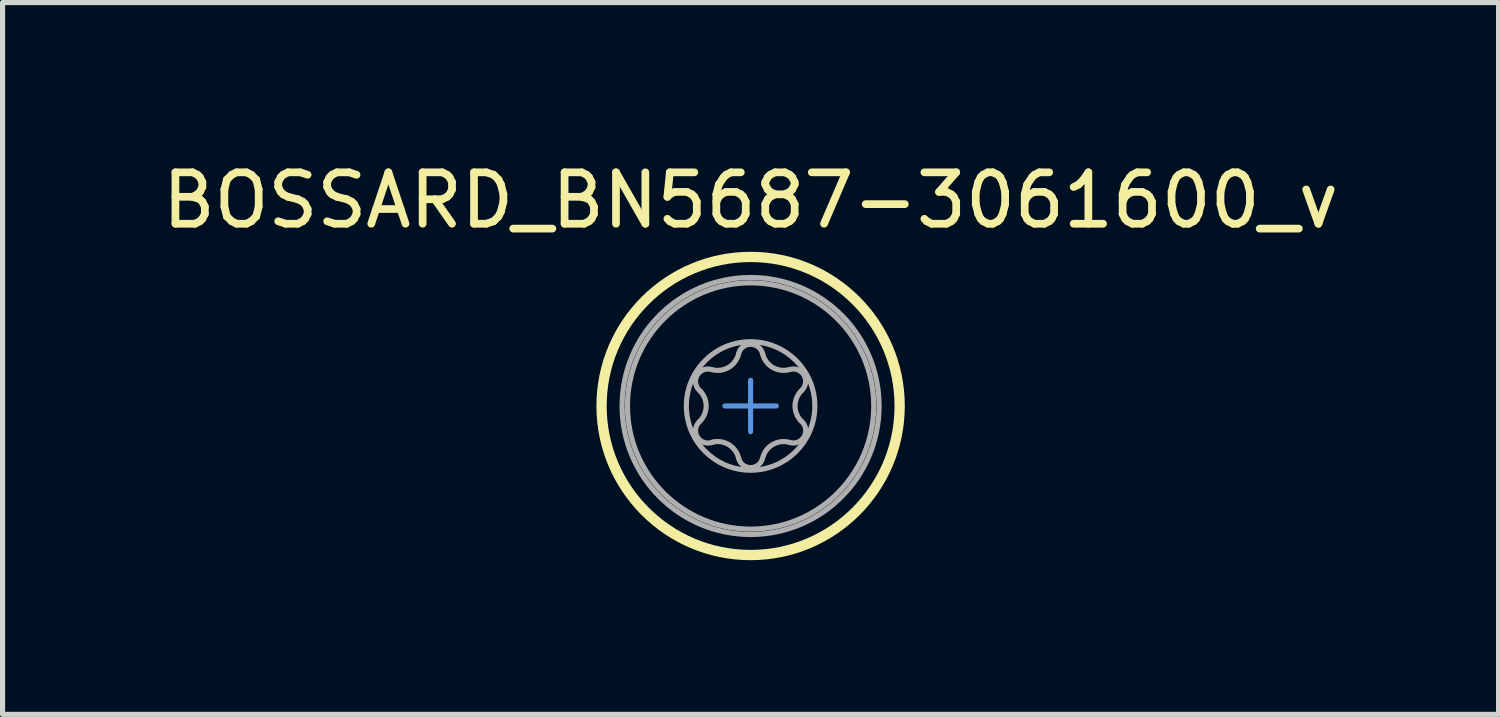
<source format=kicad_pcb>
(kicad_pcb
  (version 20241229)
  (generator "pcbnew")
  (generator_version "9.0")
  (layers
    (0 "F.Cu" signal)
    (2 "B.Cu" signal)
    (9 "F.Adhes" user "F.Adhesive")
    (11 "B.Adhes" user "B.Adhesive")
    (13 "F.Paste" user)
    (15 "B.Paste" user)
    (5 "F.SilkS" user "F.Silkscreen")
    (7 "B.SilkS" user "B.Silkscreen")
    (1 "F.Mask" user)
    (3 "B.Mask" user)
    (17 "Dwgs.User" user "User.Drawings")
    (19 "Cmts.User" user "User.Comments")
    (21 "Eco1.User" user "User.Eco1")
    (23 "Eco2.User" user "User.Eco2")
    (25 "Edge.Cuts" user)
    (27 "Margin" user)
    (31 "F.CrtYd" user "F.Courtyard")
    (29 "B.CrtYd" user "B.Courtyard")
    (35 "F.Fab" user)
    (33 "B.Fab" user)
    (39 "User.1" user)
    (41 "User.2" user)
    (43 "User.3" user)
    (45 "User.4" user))
  (footprint "BOSSARD_BN5687-3061600_v"
    (layer "F.Cu")
    (at 11.554 4.849)
    (property "Reference" "BOSSARD_BN5687-3061600_v" (at 0 -4.001 180) (layer "F.SilkS") (effects (font (size 1 1) (thickness 0.15))))
    (attr through_hole)
    (fp_circle (center 0 0) (end 2.9 0) (stroke (width 0.2) (type solid)) (fill no) (layer "F.SilkS"))
    (fp_line (start -0.5 0) (end 0 0) (stroke (width 0.1) (type solid)) (layer "Cmts.User"))
    (fp_line (start 0 0) (end 0 -0.5) (stroke (width 0.1) (type solid)) (layer "Cmts.User"))
    (fp_line (start 0 0) (end 0.5 0) (stroke (width 0.1) (type solid)) (layer "Cmts.User"))
    (fp_line (start 0 0.5) (end 0 0) (stroke (width 0.1) (type solid)) (layer "Cmts.User"))
    (fp_arc (start -0.979 -0.288) (mid -0.864686 0.012021) (end -0.996 0.305) (stroke (width 0.1) (type solid)) (layer "F.Fab"))
    (fp_arc (start -0.977266 -0.287712) (mid -1.04574 -0.587957) (end -0.763 -0.71) (stroke (width 0.1) (type solid)) (layer "F.Fab"))
    (fp_arc (start -0.739 0.703) (mid -0.421382 0.754203) (end -0.233 1.015) (stroke (width 0.1) (type solid)) (layer "F.Fab"))
    (fp_arc (start -0.73774 0.702866) (mid -1.032321 0.611329) (end -0.996 0.305) (stroke (width 0.1) (type solid)) (layer "F.Fab"))
    (fp_arc (start -0.234218 -1.012205) (mid -0.43369 -0.74751) (end -0.763 -0.71) (stroke (width 0.1) (type solid)) (layer "F.Fab"))
    (fp_arc (start -0.233465 -1.017228) (mid 0.001146 -1.200374) (end 0.234 -1.015) (stroke (width 0.1) (type solid)) (layer "F.Fab"))
    (fp_arc (start 0.231548 1.020825) (mid -0.003002 1.199385) (end -0.233 1.015) (stroke (width 0.1) (type solid)) (layer "F.Fab"))
    (fp_arc (start 0.24 0.991) (mid 0.443303 0.742183) (end 0.763 0.71) (stroke (width 0.1) (type solid)) (layer "F.Fab"))
    (fp_arc (start 0.76022 -0.709636) (mid 0.431513 -0.749277) (end 0.234 -1.015) (stroke (width 0.1) (type solid)) (layer "F.Fab"))
    (fp_arc (start 0.763 -0.71) (mid 1.038771 -0.599814) (end 0.996006 -0.30594) (stroke (width 0.1) (type solid)) (layer "F.Fab"))
    (fp_arc (start 0.979 0.288) (mid 1.045772 0.589715) (end 0.761278 0.710352) (stroke (width 0.1) (type solid)) (layer "F.Fab"))
    (fp_arc (start 0.979 0.288) (mid 0.864686 -0.012021) (end 0.996 -0.305) (stroke (width 0.1) (type solid)) (layer "F.Fab"))
    (fp_circle (center 0 0) (end 1.25 0) (stroke (width 0.1) (type solid)) (fill no) (layer "F.Fab"))
    (fp_circle (center 0 0) (end 2.396 0) (stroke (width 0.1) (type solid)) (fill no) (layer "F.Fab"))
    (fp_circle (center 0 0) (end 2.5 0) (stroke (width 0.1) (type solid)) (fill no) (layer "F.Fab")))
  (gr_rect
    (start -3 -3)
    (end 26.107 10.849)
    (stroke (width 0.1) (type default))
    (fill no)
    (layer "Edge.Cuts")))
</source>
